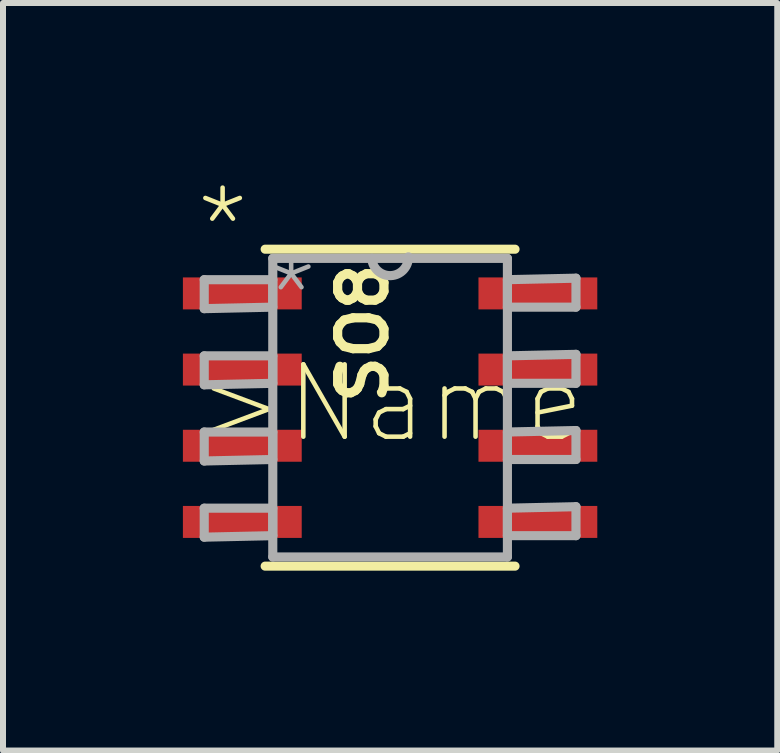
<source format=kicad_pcb>
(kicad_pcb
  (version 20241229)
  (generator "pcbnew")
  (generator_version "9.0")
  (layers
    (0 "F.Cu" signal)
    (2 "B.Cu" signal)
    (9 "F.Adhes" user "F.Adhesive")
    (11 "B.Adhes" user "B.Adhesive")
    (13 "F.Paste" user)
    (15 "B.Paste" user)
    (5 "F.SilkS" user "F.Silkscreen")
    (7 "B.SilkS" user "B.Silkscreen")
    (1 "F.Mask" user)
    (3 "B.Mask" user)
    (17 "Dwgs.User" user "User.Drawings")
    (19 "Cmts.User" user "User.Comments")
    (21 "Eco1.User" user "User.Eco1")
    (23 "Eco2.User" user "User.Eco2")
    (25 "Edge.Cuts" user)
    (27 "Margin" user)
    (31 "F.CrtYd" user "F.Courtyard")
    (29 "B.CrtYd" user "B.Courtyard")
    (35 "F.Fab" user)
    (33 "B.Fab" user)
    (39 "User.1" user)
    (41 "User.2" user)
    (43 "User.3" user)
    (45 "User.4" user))
  (footprint "SO8"
    (layer "F.Cu")
    (at 3.454 3.747)
    (property "Reference" "SO8" (at 0 0 90) (layer "F.SilkS") (effects (font (size 0.772 0.772) (thickness 0.154)) (justify left bottom)))
    (attr through_hole)
    (fp_line (start -2.083 2.642) (end 2.083 2.642) (stroke (width 0.152) (type solid)) (layer "F.SilkS"))
    (fp_line (start 2.083 -2.642) (end -2.083 -2.642) (stroke (width 0.152) (type solid)) (layer "F.SilkS"))
    (fp_line (start -3.099 -2.134) (end -3.099 -1.651) (stroke (width 0.152) (type solid)) (layer "F.Fab"))
    (fp_line (start -3.099 -1.651) (end -1.956 -1.676) (stroke (width 0.152) (type solid)) (layer "F.Fab"))
    (fp_line (start -3.099 -0.864) (end -3.099 -0.381) (stroke (width 0.152) (type solid)) (layer "F.Fab"))
    (fp_line (start -3.099 -0.381) (end -1.956 -0.406) (stroke (width 0.152) (type solid)) (layer "F.Fab"))
    (fp_line (start -3.099 0.406) (end -3.099 0.889) (stroke (width 0.152) (type solid)) (layer "F.Fab"))
    (fp_line (start -3.099 0.889) (end -1.956 0.864) (stroke (width 0.152) (type solid)) (layer "F.Fab"))
    (fp_line (start -3.099 1.676) (end -3.099 2.159) (stroke (width 0.152) (type solid)) (layer "F.Fab"))
    (fp_line (start -3.099 2.159) (end -1.956 2.134) (stroke (width 0.152) (type solid)) (layer "F.Fab"))
    (fp_line (start -1.956 -2.489) (end -1.956 2.489) (stroke (width 0.152) (type solid)) (layer "F.Fab"))
    (fp_line (start -1.956 -2.134) (end -3.099 -2.134) (stroke (width 0.152) (type solid)) (layer "F.Fab"))
    (fp_line (start -1.956 -1.676) (end -1.956 -2.134) (stroke (width 0.152) (type solid)) (layer "F.Fab"))
    (fp_line (start -1.956 -0.864) (end -3.099 -0.864) (stroke (width 0.152) (type solid)) (layer "F.Fab"))
    (fp_line (start -1.956 -0.406) (end -1.956 -0.864) (stroke (width 0.152) (type solid)) (layer "F.Fab"))
    (fp_line (start -1.956 0.406) (end -3.099 0.406) (stroke (width 0.152) (type solid)) (layer "F.Fab"))
    (fp_line (start -1.956 0.864) (end -1.956 0.406) (stroke (width 0.152) (type solid)) (layer "F.Fab"))
    (fp_line (start -1.956 1.676) (end -3.099 1.676) (stroke (width 0.152) (type solid)) (layer "F.Fab"))
    (fp_line (start -1.956 2.134) (end -1.956 1.676) (stroke (width 0.152) (type solid)) (layer "F.Fab"))
    (fp_line (start -1.956 2.489) (end 1.956 2.489) (stroke (width 0.152) (type solid)) (layer "F.Fab"))
    (fp_line (start -0.305 -2.489) (end -1.956 -2.489) (stroke (width 0.152) (type solid)) (layer "F.Fab"))
    (fp_line (start 1.956 -2.489) (end -0.305 -2.489) (stroke (width 0.152) (type solid)) (layer "F.Fab"))
    (fp_line (start 1.956 -2.134) (end 1.956 -1.676) (stroke (width 0.152) (type solid)) (layer "F.Fab"))
    (fp_line (start 1.956 -1.676) (end 3.099 -1.676) (stroke (width 0.152) (type solid)) (layer "F.Fab"))
    (fp_line (start 1.956 -0.864) (end 1.956 -0.406) (stroke (width 0.152) (type solid)) (layer "F.Fab"))
    (fp_line (start 1.956 -0.406) (end 3.099 -0.406) (stroke (width 0.152) (type solid)) (layer "F.Fab"))
    (fp_line (start 1.956 0.406) (end 1.956 0.864) (stroke (width 0.152) (type solid)) (layer "F.Fab"))
    (fp_line (start 1.956 0.864) (end 3.099 0.864) (stroke (width 0.152) (type solid)) (layer "F.Fab"))
    (fp_line (start 1.956 1.676) (end 1.956 2.134) (stroke (width 0.152) (type solid)) (layer "F.Fab"))
    (fp_line (start 1.956 2.134) (end 3.099 2.134) (stroke (width 0.152) (type solid)) (layer "F.Fab"))
    (fp_line (start 1.956 2.489) (end 1.956 -2.489) (stroke (width 0.152) (type solid)) (layer "F.Fab"))
    (fp_line (start 3.099 -2.159) (end 1.956 -2.134) (stroke (width 0.152) (type solid)) (layer "F.Fab"))
    (fp_line (start 3.099 -1.676) (end 3.099 -2.159) (stroke (width 0.152) (type solid)) (layer "F.Fab"))
    (fp_line (start 3.099 -0.889) (end 1.956 -0.864) (stroke (width 0.152) (type solid)) (layer "F.Fab"))
    (fp_line (start 3.099 -0.406) (end 3.099 -0.889) (stroke (width 0.152) (type solid)) (layer "F.Fab"))
    (fp_line (start 3.099 0.381) (end 1.956 0.406) (stroke (width 0.152) (type solid)) (layer "F.Fab"))
    (fp_line (start 3.099 0.864) (end 3.099 0.381) (stroke (width 0.152) (type solid)) (layer "F.Fab"))
    (fp_line (start 3.099 1.651) (end 1.956 1.676) (stroke (width 0.152) (type solid)) (layer "F.Fab"))
    (fp_line (start 3.099 2.134) (end 3.099 1.651) (stroke (width 0.152) (type solid)) (layer "F.Fab"))
    (fp_arc (start 0.3048 -2.5146) (mid 0.0127 -2.1971) (end -0.3048 -2.4892) (stroke (width 0.1524) (type solid)) (layer "F.Fab"))
    (fp_text user "*" (at -3.302 -2.311 0) (layer "F.SilkS") (effects (font (size 1.206 1.206) (thickness 0.076)) (justify left bottom)))
    (fp_text user ">Name" (at -3.277 0.635 0) (layer "F.SilkS") (effects (font (size 1.206 1.206) (thickness 0.076)) (justify left bottom)))
    (fp_text user "*" (at -2.159 -1.168 0) (layer "F.Fab") (effects (font (size 1.206 1.206) (thickness 0.076)) (justify left bottom)))
    (pad "1" smd rect (at -2.464 -1.905) (size 1.981 0.533) (layers "F.Cu" "F.Mask" "F.Paste"))
    (pad "2" smd rect (at -2.464 -0.635) (size 1.981 0.533) (layers "F.Cu" "F.Mask" "F.Paste"))
    (pad "3" smd rect (at -2.464 0.635) (size 1.981 0.533) (layers "F.Cu" "F.Mask" "F.Paste"))
    (pad "4" smd rect (at -2.464 1.905) (size 1.981 0.533) (layers "F.Cu" "F.Mask" "F.Paste"))
    (pad "5" smd rect (at 2.464 1.905) (size 1.981 0.533) (layers "F.Cu" "F.Mask" "F.Paste"))
    (pad "6" smd rect (at 2.464 0.635) (size 1.981 0.533) (layers "F.Cu" "F.Mask" "F.Paste"))
    (pad "7" smd rect (at 2.464 -0.635) (size 1.981 0.533) (layers "F.Cu" "F.Mask" "F.Paste"))
    (pad "8" smd rect (at 2.464 -1.905) (size 1.981 0.533) (layers "F.Cu" "F.Mask" "F.Paste")))
  (gr_rect
    (start -3 -3)
    (end 9.909 9.464)
    (stroke (width 0.1) (type default))
    (fill no)
    (layer "Edge.Cuts")))
</source>
